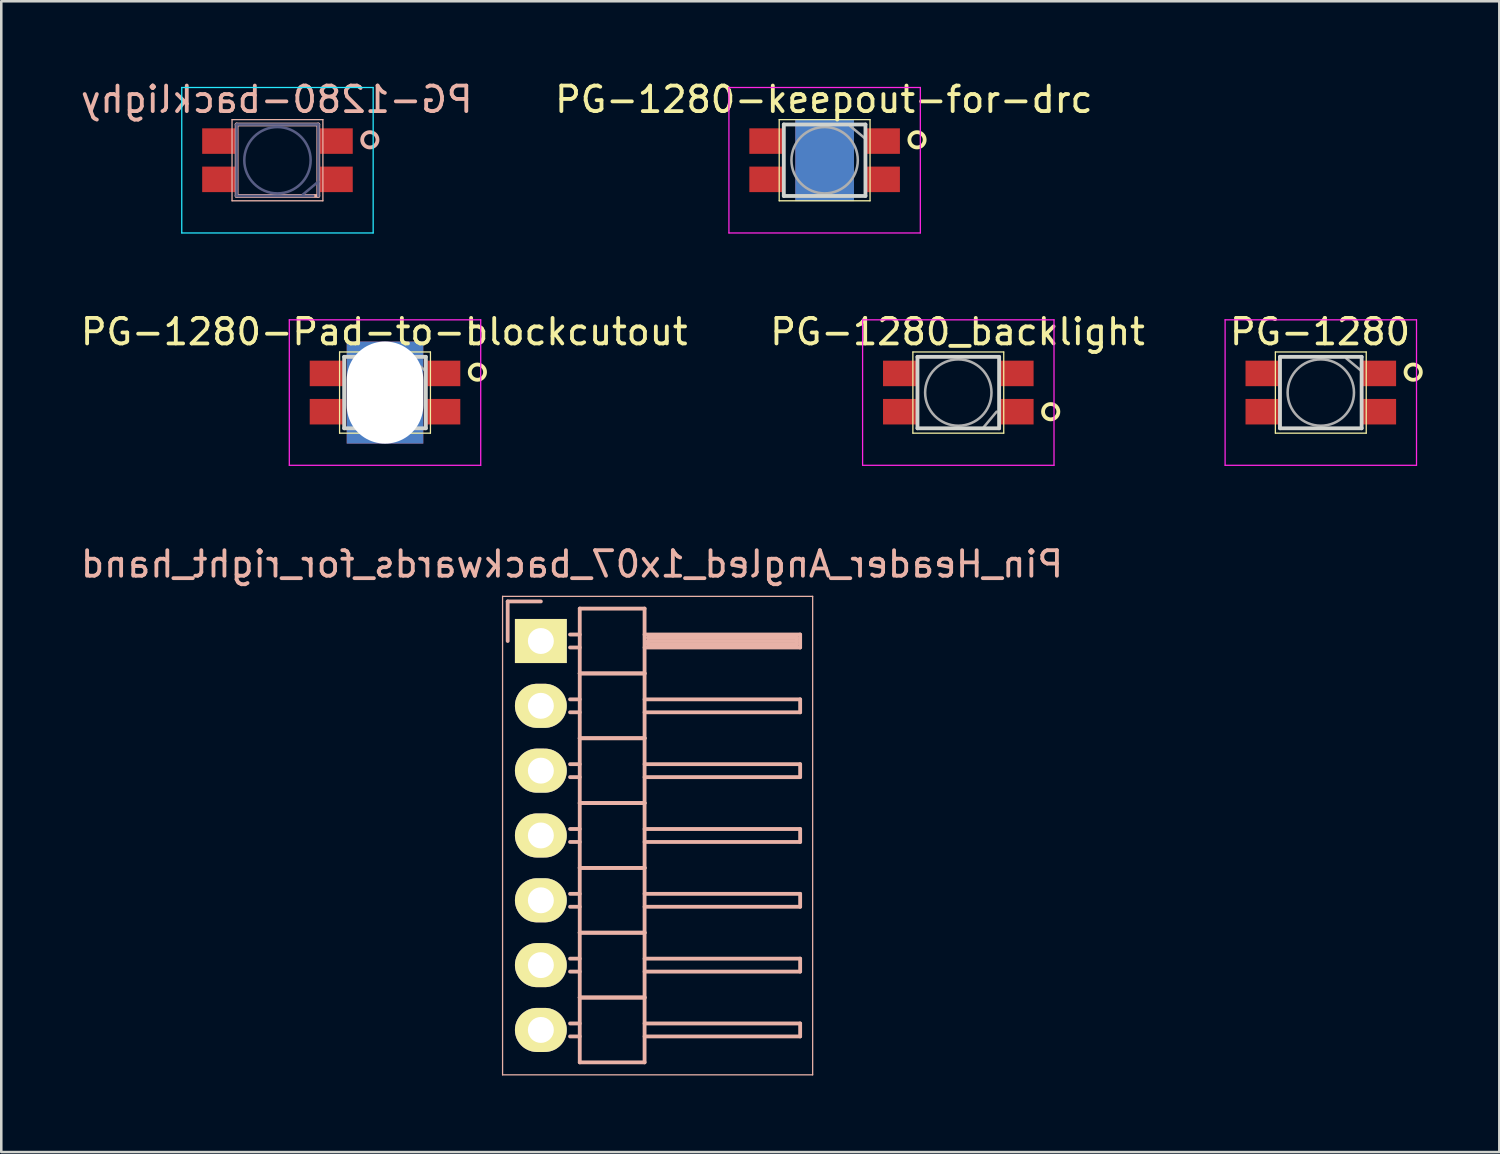
<source format=kicad_pcb>
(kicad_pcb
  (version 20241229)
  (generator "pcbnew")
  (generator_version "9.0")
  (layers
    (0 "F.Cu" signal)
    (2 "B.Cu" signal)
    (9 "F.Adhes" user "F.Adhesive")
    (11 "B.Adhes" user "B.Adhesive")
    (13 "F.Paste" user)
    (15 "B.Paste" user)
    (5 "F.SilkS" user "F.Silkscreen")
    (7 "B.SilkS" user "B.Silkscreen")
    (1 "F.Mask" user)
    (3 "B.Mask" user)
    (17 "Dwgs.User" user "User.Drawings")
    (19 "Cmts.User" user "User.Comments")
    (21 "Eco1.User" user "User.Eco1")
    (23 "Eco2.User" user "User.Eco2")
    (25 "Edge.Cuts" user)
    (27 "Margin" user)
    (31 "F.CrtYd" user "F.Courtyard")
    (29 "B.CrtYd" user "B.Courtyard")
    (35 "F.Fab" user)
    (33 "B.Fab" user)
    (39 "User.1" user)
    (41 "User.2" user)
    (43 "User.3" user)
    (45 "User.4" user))
  (footprint "PG-1280_backlight"
    (layer "F.Cu")
    (at 34.5 12.332)
    (property "Reference" "PG-1280_backlight" (at -0.03 -2.38 0) (layer "F.SilkS") (effects (font (size 1 1) (thickness 0.15))))
    (attr smd)
    (fp_line (start -1.78 -1.59) (end -1.78 1.59) (stroke (width 0.05) (type solid)) (layer "F.SilkS"))
    (fp_line (start -1.78 -1.59) (end 1.78 -1.59) (stroke (width 0.05) (type solid)) (layer "F.SilkS"))
    (fp_line (start 1.78 -1.59) (end 1.78 1.59) (stroke (width 0.05) (type solid)) (layer "F.SilkS"))
    (fp_line (start 1.78 1.59) (end -1.78 1.59) (stroke (width 0.05) (type solid)) (layer "F.SilkS"))
    (fp_circle (center 3.62 0.75) (end 3.92 0.75) (stroke (width 0.15) (type solid)) (fill no) (layer "F.SilkS"))
    (fp_line (start -1.6 -1.4) (end 1.6 -1.4) (stroke (width 0.15) (type solid)) (layer "Edge.Cuts"))
    (fp_line (start -1.6 1.4) (end -1.6 -1.4) (stroke (width 0.15) (type solid)) (layer "Edge.Cuts"))
    (fp_line (start 1.6 -1.4) (end 1.6 1.4) (stroke (width 0.15) (type solid)) (layer "Edge.Cuts"))
    (fp_line (start 1.6 1.4) (end -1.6 1.4) (stroke (width 0.15) (type solid)) (layer "Edge.Cuts"))
    (fp_line (start -3.75 -2.85) (end -3.75 2.85) (stroke (width 0.05) (type solid)) (layer "F.CrtYd"))
    (fp_line (start -3.75 2.85) (end 3.75 2.85) (stroke (width 0.05) (type solid)) (layer "F.CrtYd"))
    (fp_line (start 3.75 -2.85) (end -3.75 -2.85) (stroke (width 0.05) (type solid)) (layer "F.CrtYd"))
    (fp_line (start 3.75 2.85) (end 3.75 -2.85) (stroke (width 0.05) (type solid)) (layer "F.CrtYd"))
    (fp_line (start -1.6 -1.4) (end -1.6 1.4) (stroke (width 0.1) (type solid)) (layer "F.Fab"))
    (fp_line (start -1.6 1.4) (end 1.4 1.4) (stroke (width 0.1) (type solid)) (layer "F.Fab"))
    (fp_line (start 1 1.35) (end 1.5 0.75) (stroke (width 0.1) (type solid)) (layer "F.Fab"))
    (fp_line (start 1.6 -1.4) (end -1.6 -1.4) (stroke (width 0.1) (type solid)) (layer "F.Fab"))
    (fp_line (start 1.6 1.4) (end 1.6 -1.4) (stroke (width 0.1) (type solid)) (layer "F.Fab"))
    (fp_circle (center 0 0) (end 0 -1.3) (stroke (width 0.1) (type solid)) (fill no) (layer "F.Fab"))
    (pad "1" smd rect (at -2.3 -0.75) (size 1.3 1) (layers "F.Cu" "F.Mask" "F.Paste"))
    (pad "2" smd rect (at -2.3 0.75) (size 1.3 1) (layers "F.Cu" "F.Mask" "F.Paste"))
    (pad "3" smd rect (at 2.3 -0.75) (size 1.3 1) (layers "F.Cu" "F.Mask" "F.Paste"))
    (pad "4" smd rect (at 2.3 0.75) (size 1.3 1) (layers "F.Cu" "F.Mask" "F.Paste")))
  (footprint "PG-1280-Pad-to-blockcutout"
    (layer "F.Cu")
    (at 12.036 12.332)
    (property "Reference" "PG-1280-Pad-to-blockcutout" (at -0.03 -2.38 0) (layer "F.SilkS") (effects (font (size 1 1) (thickness 0.15))))
    (attr smd)
    (fp_line (start -1.78 -1.59) (end -1.78 1.59) (stroke (width 0.05) (type solid)) (layer "F.SilkS"))
    (fp_line (start -1.78 -1.59) (end 1.78 -1.59) (stroke (width 0.05) (type solid)) (layer "F.SilkS"))
    (fp_line (start 1.78 -1.59) (end 1.78 1.59) (stroke (width 0.05) (type solid)) (layer "F.SilkS"))
    (fp_line (start 1.78 1.59) (end -1.78 1.59) (stroke (width 0.05) (type solid)) (layer "F.SilkS"))
    (fp_circle (center 3.62 -0.8) (end 3.92 -0.8) (stroke (width 0.15) (type solid)) (fill no) (layer "F.SilkS"))
    (fp_line (start -1.6 -1.4) (end 1.6 -1.4) (stroke (width 0.15) (type solid)) (layer "Edge.Cuts"))
    (fp_line (start -1.6 1.4) (end -1.6 -1.4) (stroke (width 0.15) (type solid)) (layer "Edge.Cuts"))
    (fp_line (start 1.6 -1.4) (end 1.6 1.4) (stroke (width 0.15) (type solid)) (layer "Edge.Cuts"))
    (fp_line (start 1.6 1.4) (end -1.6 1.4) (stroke (width 0.15) (type solid)) (layer "Edge.Cuts"))
    (fp_line (start -3.75 -2.85) (end -3.75 2.85) (stroke (width 0.05) (type solid)) (layer "F.CrtYd"))
    (fp_line (start -3.75 2.85) (end 3.75 2.85) (stroke (width 0.05) (type solid)) (layer "F.CrtYd"))
    (fp_line (start 3.75 -2.85) (end -3.75 -2.85) (stroke (width 0.05) (type solid)) (layer "F.CrtYd"))
    (fp_line (start 3.75 2.85) (end 3.75 -2.85) (stroke (width 0.05) (type solid)) (layer "F.CrtYd"))
    (fp_line (start -1.6 -1.4) (end -1.6 1.4) (stroke (width 0.1) (type solid)) (layer "F.Fab"))
    (fp_line (start -1.6 1.4) (end 1.4 1.4) (stroke (width 0.1) (type solid)) (layer "F.Fab"))
    (fp_line (start 1 -1.34) (end 1.6 -0.84) (stroke (width 0.1) (type solid)) (layer "F.Fab"))
    (fp_line (start 1.6 -1.4) (end -1.6 -1.4) (stroke (width 0.1) (type solid)) (layer "F.Fab"))
    (fp_line (start 1.6 1.4) (end 1.6 -1.4) (stroke (width 0.1) (type solid)) (layer "F.Fab"))
    (fp_circle (center 0 0) (end 0 -1.3) (stroke (width 0.1) (type solid)) (fill no) (layer "F.Fab"))
    (pad "" np_thru_hole rect (at 0 0) (size 3 4) (drill oval 3 4) (layers "*.Cu" "*.Mask"))
    (pad "1" smd rect (at -2.3 0.75) (size 1.3 1) (layers "F.Cu" "F.Mask" "F.Paste"))
    (pad "2" smd rect (at -2.3 -0.75) (size 1.3 1) (layers "F.Cu" "F.Mask" "F.Paste"))
    (pad "3" smd rect (at 2.3 0.75) (size 1.3 1) (layers "F.Cu" "F.Mask" "F.Paste"))
    (pad "4" smd rect (at 2.3 -0.75) (size 1.3 1) (layers "F.Cu" "F.Mask" "F.Paste")))
  (footprint "PG-1280"
    (layer "F.Cu")
    (at 48.704 12.332)
    (property "Reference" "PG-1280" (at -0.03 -2.38 0) (layer "F.SilkS") (effects (font (size 1 1) (thickness 0.15))))
    (attr smd)
    (fp_line (start -1.78 -1.59) (end -1.78 1.59) (stroke (width 0.05) (type solid)) (layer "F.SilkS"))
    (fp_line (start -1.78 -1.59) (end 1.78 -1.59) (stroke (width 0.05) (type solid)) (layer "F.SilkS"))
    (fp_line (start 1.78 -1.59) (end 1.78 1.59) (stroke (width 0.05) (type solid)) (layer "F.SilkS"))
    (fp_line (start 1.78 1.59) (end -1.78 1.59) (stroke (width 0.05) (type solid)) (layer "F.SilkS"))
    (fp_circle (center 3.62 -0.8) (end 3.92 -0.8) (stroke (width 0.15) (type solid)) (fill no) (layer "F.SilkS"))
    (fp_line (start -1.6 -1.4) (end 1.6 -1.4) (stroke (width 0.15) (type solid)) (layer "Edge.Cuts"))
    (fp_line (start -1.6 1.4) (end -1.6 -1.4) (stroke (width 0.15) (type solid)) (layer "Edge.Cuts"))
    (fp_line (start 1.6 -1.4) (end 1.6 1.4) (stroke (width 0.15) (type solid)) (layer "Edge.Cuts"))
    (fp_line (start 1.6 1.4) (end -1.6 1.4) (stroke (width 0.15) (type solid)) (layer "Edge.Cuts"))
    (fp_line (start -3.75 -2.85) (end -3.75 2.85) (stroke (width 0.05) (type solid)) (layer "F.CrtYd"))
    (fp_line (start -3.75 2.85) (end 3.75 2.85) (stroke (width 0.05) (type solid)) (layer "F.CrtYd"))
    (fp_line (start 3.75 -2.85) (end -3.75 -2.85) (stroke (width 0.05) (type solid)) (layer "F.CrtYd"))
    (fp_line (start 3.75 2.85) (end 3.75 -2.85) (stroke (width 0.05) (type solid)) (layer "F.CrtYd"))
    (fp_line (start -1.6 -1.4) (end -1.6 1.4) (stroke (width 0.1) (type solid)) (layer "F.Fab"))
    (fp_line (start -1.6 1.4) (end 1.4 1.4) (stroke (width 0.1) (type solid)) (layer "F.Fab"))
    (fp_line (start 1 -1.34) (end 1.6 -0.84) (stroke (width 0.1) (type solid)) (layer "F.Fab"))
    (fp_line (start 1.6 -1.4) (end -1.6 -1.4) (stroke (width 0.1) (type solid)) (layer "F.Fab"))
    (fp_line (start 1.6 1.4) (end 1.6 -1.4) (stroke (width 0.1) (type solid)) (layer "F.Fab"))
    (fp_circle (center 0 0) (end 0 -1.3) (stroke (width 0.1) (type solid)) (fill no) (layer "F.Fab"))
    (pad "1" smd rect (at -2.3 0.75) (size 1.3 1) (layers "F.Cu" "F.Mask" "F.Paste"))
    (pad "2" smd rect (at -2.3 -0.75) (size 1.3 1) (layers "F.Cu" "F.Mask" "F.Paste"))
    (pad "3" smd rect (at 2.3 0.75) (size 1.3 1) (layers "F.Cu" "F.Mask" "F.Paste"))
    (pad "4" smd rect (at 2.3 -0.75) (size 1.3 1) (layers "F.Cu" "F.Mask" "F.Paste")))
  (footprint "Pin_Header_Angled_1x07_backwards_for_right_hand"
    (layer "F.Cu")
    (at 18.143 22.067)
    (property "Reference" "Pin_Header_Angled_1x07_backwards_for_right_hand" (at 1.22 -3.013 0) (layer "B.SilkS") (effects (font (size 1 1) (thickness 0.15)) (justify mirror)))
    (attr through_hole)
    (fp_line (start -1.5 -1.75) (end -1.5 17) (stroke (width 0.05) (type solid)) (layer "B.SilkS"))
    (fp_line (start -1.5 -1.75) (end 10.65 -1.75) (stroke (width 0.05) (type solid)) (layer "B.SilkS"))
    (fp_line (start -1.5 17) (end 10.65 17) (stroke (width 0.05) (type solid)) (layer "B.SilkS"))
    (fp_line (start -1.3 -1.55) (end -1.3 0) (stroke (width 0.15) (type solid)) (layer "B.SilkS"))
    (fp_line (start 0 -1.55) (end -1.3 -1.55) (stroke (width 0.15) (type solid)) (layer "B.SilkS"))
    (fp_line (start 1.524 -1.27) (end 1.524 1.27) (stroke (width 0.15) (type solid)) (layer "B.SilkS"))
    (fp_line (start 1.524 -1.27) (end 4.064 -1.27) (stroke (width 0.15) (type solid)) (layer "B.SilkS"))
    (fp_line (start 1.524 -0.254) (end 1.143 -0.254) (stroke (width 0.15) (type solid)) (layer "B.SilkS"))
    (fp_line (start 1.524 0.254) (end 1.143 0.254) (stroke (width 0.15) (type solid)) (layer "B.SilkS"))
    (fp_line (start 1.524 1.27) (end 1.524 3.81) (stroke (width 0.15) (type solid)) (layer "B.SilkS"))
    (fp_line (start 1.524 1.27) (end 4.064 1.27) (stroke (width 0.15) (type solid)) (layer "B.SilkS"))
    (fp_line (start 1.524 1.27) (end 4.064 1.27) (stroke (width 0.15) (type solid)) (layer "B.SilkS"))
    (fp_line (start 1.524 2.286) (end 1.143 2.286) (stroke (width 0.15) (type solid)) (layer "B.SilkS"))
    (fp_line (start 1.524 2.794) (end 1.143 2.794) (stroke (width 0.15) (type solid)) (layer "B.SilkS"))
    (fp_line (start 1.524 3.81) (end 1.524 6.35) (stroke (width 0.15) (type solid)) (layer "B.SilkS"))
    (fp_line (start 1.524 3.81) (end 4.064 3.81) (stroke (width 0.15) (type solid)) (layer "B.SilkS"))
    (fp_line (start 1.524 3.81) (end 4.064 3.81) (stroke (width 0.15) (type solid)) (layer "B.SilkS"))
    (fp_line (start 1.524 4.826) (end 1.143 4.826) (stroke (width 0.15) (type solid)) (layer "B.SilkS"))
    (fp_line (start 1.524 5.334) (end 1.143 5.334) (stroke (width 0.15) (type solid)) (layer "B.SilkS"))
    (fp_line (start 1.524 6.35) (end 1.524 8.89) (stroke (width 0.15) (type solid)) (layer "B.SilkS"))
    (fp_line (start 1.524 6.35) (end 4.064 6.35) (stroke (width 0.15) (type solid)) (layer "B.SilkS"))
    (fp_line (start 1.524 6.35) (end 4.064 6.35) (stroke (width 0.15) (type solid)) (layer "B.SilkS"))
    (fp_line (start 1.524 7.366) (end 1.143 7.366) (stroke (width 0.15) (type solid)) (layer "B.SilkS"))
    (fp_line (start 1.524 7.874) (end 1.143 7.874) (stroke (width 0.15) (type solid)) (layer "B.SilkS"))
    (fp_line (start 1.524 8.89) (end 1.524 11.43) (stroke (width 0.15) (type solid)) (layer "B.SilkS"))
    (fp_line (start 1.524 8.89) (end 4.064 8.89) (stroke (width 0.15) (type solid)) (layer "B.SilkS"))
    (fp_line (start 1.524 8.89) (end 4.064 8.89) (stroke (width 0.15) (type solid)) (layer "B.SilkS"))
    (fp_line (start 1.524 9.906) (end 1.143 9.906) (stroke (width 0.15) (type solid)) (layer "B.SilkS"))
    (fp_line (start 1.524 10.414) (end 1.143 10.414) (stroke (width 0.15) (type solid)) (layer "B.SilkS"))
    (fp_line (start 1.524 11.43) (end 1.524 13.97) (stroke (width 0.15) (type solid)) (layer "B.SilkS"))
    (fp_line (start 1.524 11.43) (end 4.064 11.43) (stroke (width 0.15) (type solid)) (layer "B.SilkS"))
    (fp_line (start 1.524 11.43) (end 4.064 11.43) (stroke (width 0.15) (type solid)) (layer "B.SilkS"))
    (fp_line (start 1.524 12.446) (end 1.143 12.446) (stroke (width 0.15) (type solid)) (layer "B.SilkS"))
    (fp_line (start 1.524 12.954) (end 1.143 12.954) (stroke (width 0.15) (type solid)) (layer "B.SilkS"))
    (fp_line (start 1.524 13.97) (end 1.524 16.51) (stroke (width 0.15) (type solid)) (layer "B.SilkS"))
    (fp_line (start 1.524 13.97) (end 4.064 13.97) (stroke (width 0.15) (type solid)) (layer "B.SilkS"))
    (fp_line (start 1.524 13.97) (end 4.064 13.97) (stroke (width 0.15) (type solid)) (layer "B.SilkS"))
    (fp_line (start 1.524 14.986) (end 1.143 14.986) (stroke (width 0.15) (type solid)) (layer "B.SilkS"))
    (fp_line (start 1.524 15.494) (end 1.143 15.494) (stroke (width 0.15) (type solid)) (layer "B.SilkS"))
    (fp_line (start 1.524 16.51) (end 4.064 16.51) (stroke (width 0.15) (type solid)) (layer "B.SilkS"))
    (fp_line (start 4.064 -0.254) (end 10.16 -0.254) (stroke (width 0.15) (type solid)) (layer "B.SilkS"))
    (fp_line (start 4.064 1.27) (end 4.064 -1.27) (stroke (width 0.15) (type solid)) (layer "B.SilkS"))
    (fp_line (start 4.064 2.286) (end 10.16 2.286) (stroke (width 0.15) (type solid)) (layer "B.SilkS"))
    (fp_line (start 4.064 3.81) (end 4.064 1.27) (stroke (width 0.15) (type solid)) (layer "B.SilkS"))
    (fp_line (start 4.064 4.826) (end 10.16 4.826) (stroke (width 0.15) (type solid)) (layer "B.SilkS"))
    (fp_line (start 4.064 6.35) (end 4.064 3.81) (stroke (width 0.15) (type solid)) (layer "B.SilkS"))
    (fp_line (start 4.064 7.366) (end 10.16 7.366) (stroke (width 0.15) (type solid)) (layer "B.SilkS"))
    (fp_line (start 4.064 8.89) (end 4.064 6.35) (stroke (width 0.15) (type solid)) (layer "B.SilkS"))
    (fp_line (start 4.064 9.906) (end 10.16 9.906) (stroke (width 0.15) (type solid)) (layer "B.SilkS"))
    (fp_line (start 4.064 11.43) (end 4.064 8.89) (stroke (width 0.15) (type solid)) (layer "B.SilkS"))
    (fp_line (start 4.064 12.446) (end 10.16 12.446) (stroke (width 0.15) (type solid)) (layer "B.SilkS"))
    (fp_line (start 4.064 13.97) (end 4.064 11.43) (stroke (width 0.15) (type solid)) (layer "B.SilkS"))
    (fp_line (start 4.064 14.986) (end 10.16 14.986) (stroke (width 0.15) (type solid)) (layer "B.SilkS"))
    (fp_line (start 4.064 16.51) (end 4.064 13.97) (stroke (width 0.15) (type solid)) (layer "B.SilkS"))
    (fp_line (start 4.191 -0.127) (end 10.033 -0.127) (stroke (width 0.15) (type solid)) (layer "B.SilkS"))
    (fp_line (start 4.191 0) (end 10.033 0) (stroke (width 0.15) (type solid)) (layer "B.SilkS"))
    (fp_line (start 4.191 0.127) (end 4.191 0) (stroke (width 0.15) (type solid)) (layer "B.SilkS"))
    (fp_line (start 10.033 -0.127) (end 10.033 0.127) (stroke (width 0.15) (type solid)) (layer "B.SilkS"))
    (fp_line (start 10.033 0.127) (end 4.191 0.127) (stroke (width 0.15) (type solid)) (layer "B.SilkS"))
    (fp_line (start 10.16 -0.254) (end 10.16 0.254) (stroke (width 0.15) (type solid)) (layer "B.SilkS"))
    (fp_line (start 10.16 0.254) (end 4.064 0.254) (stroke (width 0.15) (type solid)) (layer "B.SilkS"))
    (fp_line (start 10.16 2.286) (end 10.16 2.794) (stroke (width 0.15) (type solid)) (layer "B.SilkS"))
    (fp_line (start 10.16 2.794) (end 4.064 2.794) (stroke (width 0.15) (type solid)) (layer "B.SilkS"))
    (fp_line (start 10.16 4.826) (end 10.16 5.334) (stroke (width 0.15) (type solid)) (layer "B.SilkS"))
    (fp_line (start 10.16 5.334) (end 4.064 5.334) (stroke (width 0.15) (type solid)) (layer "B.SilkS"))
    (fp_line (start 10.16 7.366) (end 10.16 7.874) (stroke (width 0.15) (type solid)) (layer "B.SilkS"))
    (fp_line (start 10.16 7.874) (end 4.064 7.874) (stroke (width 0.15) (type solid)) (layer "B.SilkS"))
    (fp_line (start 10.16 9.906) (end 10.16 10.414) (stroke (width 0.15) (type solid)) (layer "B.SilkS"))
    (fp_line (start 10.16 10.414) (end 4.064 10.414) (stroke (width 0.15) (type solid)) (layer "B.SilkS"))
    (fp_line (start 10.16 12.446) (end 10.16 12.954) (stroke (width 0.15) (type solid)) (layer "B.SilkS"))
    (fp_line (start 10.16 12.954) (end 4.064 12.954) (stroke (width 0.15) (type solid)) (layer "B.SilkS"))
    (fp_line (start 10.16 14.986) (end 10.16 15.494) (stroke (width 0.15) (type solid)) (layer "B.SilkS"))
    (fp_line (start 10.16 15.494) (end 4.064 15.494) (stroke (width 0.15) (type solid)) (layer "B.SilkS"))
    (fp_line (start 10.65 -1.75) (end 10.65 17) (stroke (width 0.05) (type solid)) (layer "B.SilkS"))
    (pad "1" thru_hole rect (at 0 0) (size 2.032 1.727) (drill 1.016) (layers "*.Cu" "*.Mask" "F.SilkS"))
    (pad "2" thru_hole oval (at 0 2.54) (size 2.032 1.727) (drill 1.016) (layers "*.Cu" "*.Mask" "F.SilkS"))
    (pad "3" thru_hole oval (at 0 5.08) (size 2.032 1.727) (drill 1.016) (layers "*.Cu" "*.Mask" "F.SilkS"))
    (pad "4" thru_hole oval (at 0 7.62) (size 2.032 1.727) (drill 1.016) (layers "*.Cu" "*.Mask" "F.SilkS"))
    (pad "5" thru_hole oval (at 0 10.16) (size 2.032 1.727) (drill 1.016) (layers "*.Cu" "*.Mask" "F.SilkS"))
    (pad "6" thru_hole oval (at 0 12.7) (size 2.032 1.727) (drill 1.016) (layers "*.Cu" "*.Mask" "F.SilkS"))
    (pad "7" thru_hole oval (at 0 15.24) (size 2.032 1.727) (drill 1.016) (layers "*.Cu" "*.Mask" "F.SilkS")))
  (footprint "PG-1280-backlighy"
    (layer "F.Cu")
    (at 7.822 3.228)
    (property "Reference" "PG-1280-backlighy" (at -0.03 -2.38 0) (layer "B.SilkS") (effects (font (size 1 1) (thickness 0.15)) (justify mirror)))
    (attr smd)
    (fp_line (start -1.78 -1.59) (end -1.78 1.59) (stroke (width 0.05) (type solid)) (layer "B.SilkS"))
    (fp_line (start -1.78 -1.59) (end 1.78 -1.59) (stroke (width 0.05) (type solid)) (layer "B.SilkS"))
    (fp_line (start -1.6 -1.4) (end 1.6 -1.4) (stroke (width 0.15) (type solid)) (layer "B.SilkS"))
    (fp_line (start -1.6 1.4) (end -1.6 -1.4) (stroke (width 0.15) (type solid)) (layer "B.SilkS"))
    (fp_line (start 1.6 -1.4) (end 1.6 1.4) (stroke (width 0.15) (type solid)) (layer "B.SilkS"))
    (fp_line (start 1.6 1.4) (end -1.6 1.4) (stroke (width 0.15) (type solid)) (layer "B.SilkS"))
    (fp_line (start 1.78 -1.59) (end 1.78 1.59) (stroke (width 0.05) (type solid)) (layer "B.SilkS"))
    (fp_line (start 1.78 1.59) (end -1.78 1.59) (stroke (width 0.05) (type solid)) (layer "B.SilkS"))
    (fp_circle (center 3.62 -0.8) (end 3.92 -0.8) (stroke (width 0.15) (type solid)) (fill no) (layer "B.SilkS"))
    (fp_line (start -3.75 -2.85) (end -3.75 2.85) (stroke (width 0.05) (type solid)) (layer "B.CrtYd"))
    (fp_line (start -3.75 2.85) (end 3.75 2.85) (stroke (width 0.05) (type solid)) (layer "B.CrtYd"))
    (fp_line (start 3.75 -2.85) (end -3.75 -2.85) (stroke (width 0.05) (type solid)) (layer "B.CrtYd"))
    (fp_line (start 3.75 2.85) (end 3.75 -2.85) (stroke (width 0.05) (type solid)) (layer "B.CrtYd"))
    (fp_line (start -1.6 -1.4) (end -1.6 1.4) (stroke (width 0.1) (type solid)) (layer "B.Fab"))
    (fp_line (start -1.6 1.4) (end 1.4 1.4) (stroke (width 0.1) (type solid)) (layer "B.Fab"))
    (fp_line (start 1 1.34) (end 1.6 0.84) (stroke (width 0.1) (type solid)) (layer "B.Fab"))
    (fp_line (start 1.6 -1.4) (end -1.6 -1.4) (stroke (width 0.1) (type solid)) (layer "B.Fab"))
    (fp_line (start 1.6 1.4) (end 1.6 -1.4) (stroke (width 0.1) (type solid)) (layer "B.Fab"))
    (fp_circle (center 0 0) (end 0 -1.3) (stroke (width 0.1) (type solid)) (fill no) (layer "B.Fab"))
    (pad "1" smd rect (at -2.3 -0.75) (size 1.3 1) (layers "F.Cu" "F.Mask" "F.Paste"))
    (pad "2" smd rect (at -2.3 0.75) (size 1.3 1) (layers "F.Cu" "F.Mask" "F.Paste"))
    (pad "3" smd rect (at 2.3 -0.75) (size 1.3 1) (layers "F.Cu" "F.Mask" "F.Paste"))
    (pad "4" smd rect (at 2.3 0.75) (size 1.3 1) (layers "F.Cu" "F.Mask" "F.Paste")))
  (footprint "PG-1280-keepout-for-drc"
    (layer "F.Cu")
    (at 29.262 3.228)
    (property "Reference" "PG-1280-keepout-for-drc" (at -0.03 -2.38 0) (layer "F.SilkS") (effects (font (size 1 1) (thickness 0.15))))
    (attr smd)
    (fp_line (start -1.78 -1.59) (end -1.78 1.59) (stroke (width 0.05) (type solid)) (layer "F.SilkS"))
    (fp_line (start -1.78 -1.59) (end 1.78 -1.59) (stroke (width 0.05) (type solid)) (layer "F.SilkS"))
    (fp_line (start 1.78 -1.59) (end 1.78 1.59) (stroke (width 0.05) (type solid)) (layer "F.SilkS"))
    (fp_line (start 1.78 1.59) (end -1.78 1.59) (stroke (width 0.05) (type solid)) (layer "F.SilkS"))
    (fp_circle (center 3.62 -0.8) (end 3.92 -0.8) (stroke (width 0.15) (type solid)) (fill no) (layer "F.SilkS"))
    (fp_line (start -1.6 -1.4) (end 1.6 -1.4) (stroke (width 0.15) (type solid)) (layer "Edge.Cuts"))
    (fp_line (start -1.6 1.4) (end -1.6 -1.4) (stroke (width 0.15) (type solid)) (layer "Edge.Cuts"))
    (fp_line (start 1.6 -1.4) (end 1.6 1.4) (stroke (width 0.15) (type solid)) (layer "Edge.Cuts"))
    (fp_line (start 1.6 1.4) (end -1.6 1.4) (stroke (width 0.15) (type solid)) (layer "Edge.Cuts"))
    (fp_line (start -3.75 -2.85) (end -3.75 2.85) (stroke (width 0.05) (type solid)) (layer "F.CrtYd"))
    (fp_line (start -3.75 2.85) (end 3.75 2.85) (stroke (width 0.05) (type solid)) (layer "F.CrtYd"))
    (fp_line (start 3.75 -2.85) (end -3.75 -2.85) (stroke (width 0.05) (type solid)) (layer "F.CrtYd"))
    (fp_line (start 3.75 2.85) (end 3.75 -2.85) (stroke (width 0.05) (type solid)) (layer "F.CrtYd"))
    (fp_line (start -1.6 -1.4) (end -1.6 1.4) (stroke (width 0.1) (type solid)) (layer "F.Fab"))
    (fp_line (start -1.6 1.4) (end 1.4 1.4) (stroke (width 0.1) (type solid)) (layer "F.Fab"))
    (fp_line (start 1 -1.34) (end 1.6 -0.84) (stroke (width 0.1) (type solid)) (layer "F.Fab"))
    (fp_line (start 1.6 -1.4) (end -1.6 -1.4) (stroke (width 0.1) (type solid)) (layer "F.Fab"))
    (fp_line (start 1.6 1.4) (end 1.6 -1.4) (stroke (width 0.1) (type solid)) (layer "F.Fab"))
    (fp_circle (center 0 0) (end 0 -1.3) (stroke (width 0.1) (type solid)) (fill no) (layer "F.Fab"))
    (pad "" np_thru_hole rect (at 0 0) (size 2.3 3.2) (drill 0.00001) (layers "*.Cu" "*.Mask"))
    (pad "1" smd rect (at -2.3 0.75) (size 1.3 1) (layers "F.Cu" "F.Mask" "F.Paste"))
    (pad "2" smd rect (at -2.3 -0.75) (size 1.3 1) (layers "F.Cu" "F.Mask" "F.Paste"))
    (pad "3" smd rect (at 2.3 0.75) (size 1.3 1) (layers "F.Cu" "F.Mask" "F.Paste"))
    (pad "4" smd rect (at 2.3 -0.75) (size 1.3 1) (layers "F.Cu" "F.Mask" "F.Paste")))
  (gr_rect
    (start -3 -3)
    (end 55.699 42.092)
    (stroke (width 0.1) (type default))
    (fill no)
    (layer "Edge.Cuts")))
</source>
